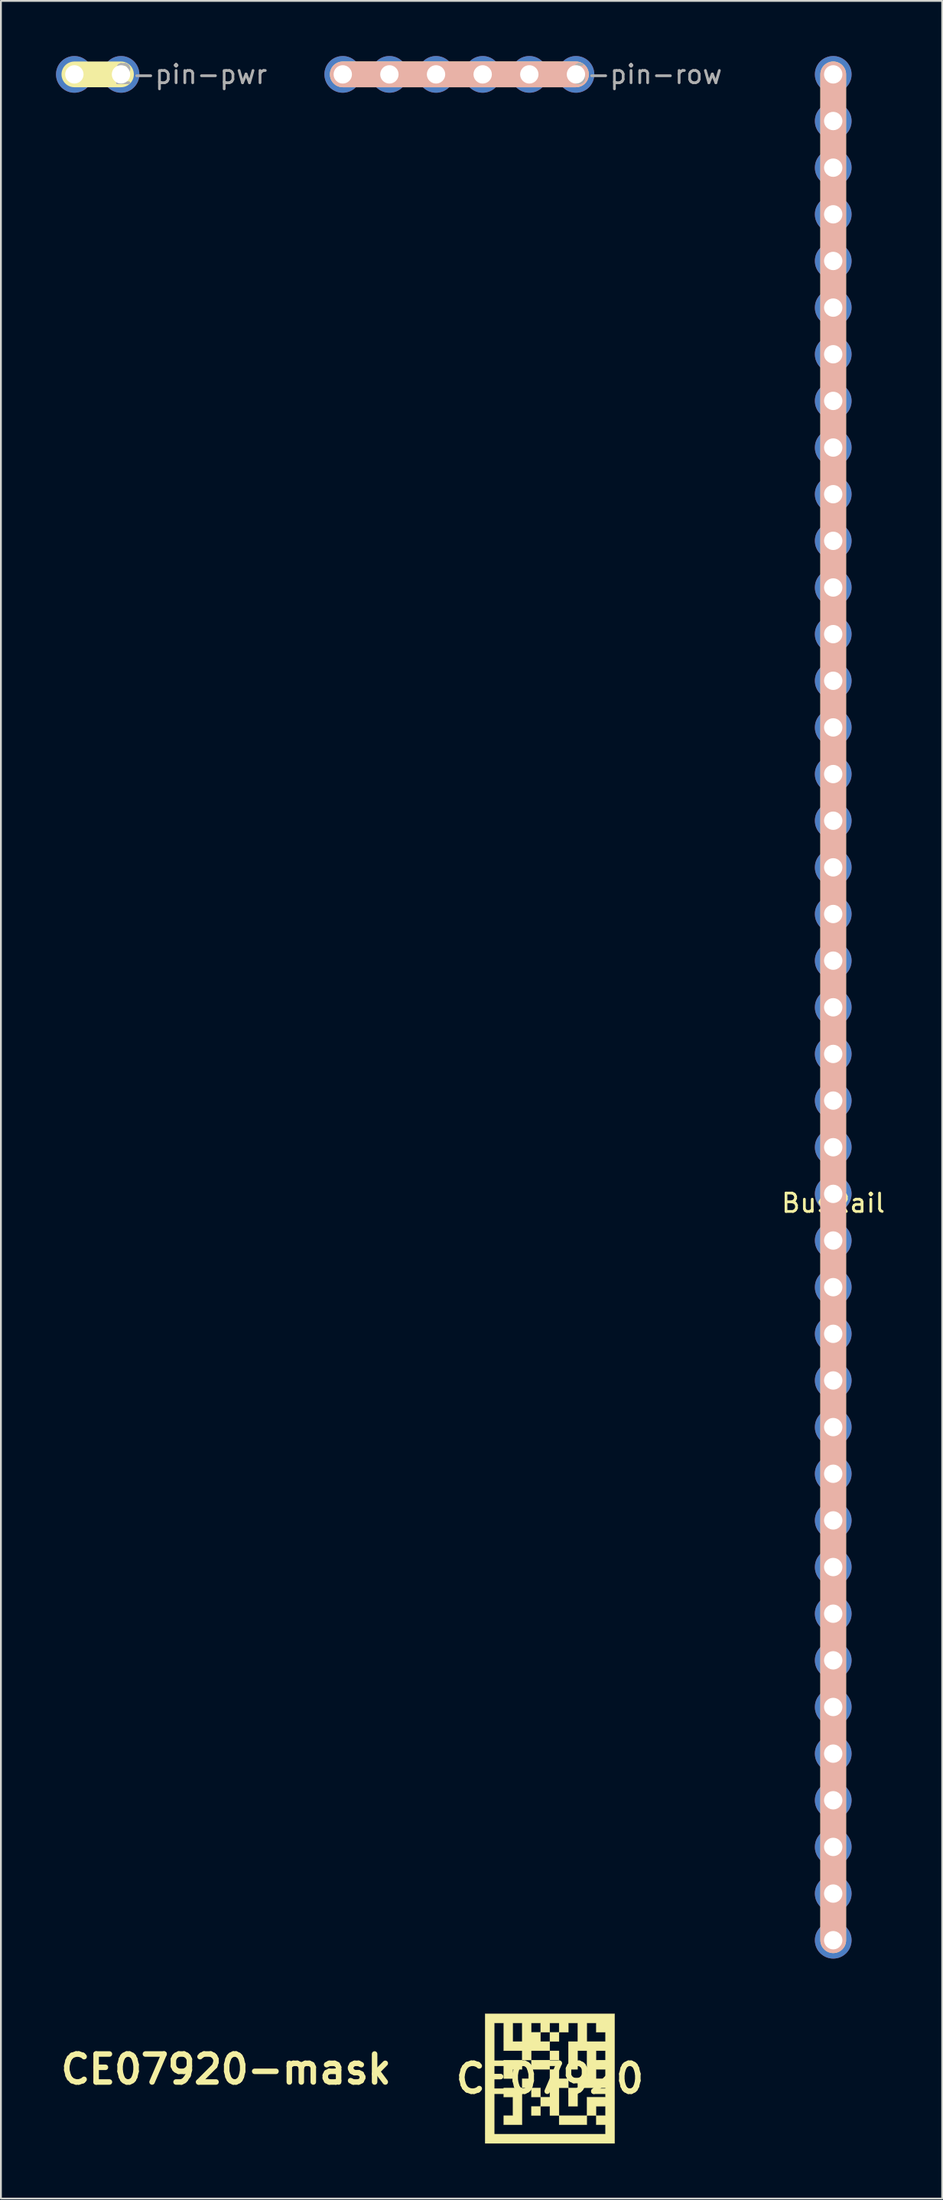
<source format=kicad_pcb>
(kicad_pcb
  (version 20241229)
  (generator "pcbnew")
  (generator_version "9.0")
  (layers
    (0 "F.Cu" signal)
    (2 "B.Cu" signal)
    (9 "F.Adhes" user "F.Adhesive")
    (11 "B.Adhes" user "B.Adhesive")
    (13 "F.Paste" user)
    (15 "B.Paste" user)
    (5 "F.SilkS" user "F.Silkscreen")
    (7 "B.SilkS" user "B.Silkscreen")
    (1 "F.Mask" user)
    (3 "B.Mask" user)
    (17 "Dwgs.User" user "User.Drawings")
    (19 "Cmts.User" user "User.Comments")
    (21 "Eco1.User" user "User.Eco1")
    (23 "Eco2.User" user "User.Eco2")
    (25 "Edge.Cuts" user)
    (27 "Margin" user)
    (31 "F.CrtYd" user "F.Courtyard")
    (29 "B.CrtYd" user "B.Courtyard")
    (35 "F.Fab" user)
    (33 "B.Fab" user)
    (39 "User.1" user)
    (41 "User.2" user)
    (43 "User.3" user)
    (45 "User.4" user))
  (footprint "CE07920-mask"
    (layer "F.Cu")
    (at 9.26 109.63)
    (property "Reference" "CE07920-mask" (at 0 0 0) (layer "F.SilkS") (effects (font (size 1.524 1.524) (thickness 0.3))))
    (attr through_hole)
    (fp_poly (pts (xy -1.51 -2.014) (xy -2.018 -2.014) (xy -2.018 -3.025) (xy -1.51 -3.025) (xy -1.51 -2.014)) (stroke (width 0.01) (type solid)) (fill yes) (layer "F.Mask"))
    (fp_poly (pts (xy 3.025 -1.007) (xy 2.517 -1.007) (xy 2.517 -1.515) (xy 3.025 -1.515) (xy 3.025 -1.007)) (stroke (width 0.01) (type solid)) (fill yes) (layer "F.Mask"))
    (fp_poly (pts (xy 3.025 0.005) (xy 2.517 0.005) (xy 2.517 -0.503) (xy 3.025 -0.503) (xy 3.025 0.005)) (stroke (width 0.01) (type solid)) (fill yes) (layer "F.Mask"))
    (fp_poly (pts (xy 2.522 -2.522) (xy 3.025 -2.522) (xy 3.025 -2.014) (xy 2.014 -2.014) (xy 2.014 -3.025) (xy 2.522 -3.025) (xy 2.522 -2.522)) (stroke (width 0.01) (type solid)) (fill yes) (layer "F.Mask"))
    (fp_poly (pts (xy -2.517 -1.515) (xy -1.51 -1.515) (xy -1.51 -1.007) (xy -1.011 -1.007) (xy -1.007 -1.007) (xy -1.007 -0.503) (xy -0.005 -0.503) (xy -0.005 -1.007) (xy -1.007 -1.007) (xy -1.011 -1.007) (xy -1.011 -1.51) (xy 0 -1.51) (xy 0 -1.007) (xy 0.499 -1.007) (xy 0.499 -1.51) (xy 0 -1.51) (xy -1.011 -1.51) (xy -1.011 -1.515) (xy -0.005 -1.515) (xy -0.005 -2.014) (xy -0.508 -2.014) (xy -0.508 -2.517) (xy 0 -2.517) (xy 0 -2.018) (xy 0.499 -2.018) (xy 0.499 -2.517) (xy 0 -2.517) (xy -0.508 -2.517) (xy -1.011 -2.517) (xy -1.011 -3.025) (xy -0.503 -3.025) (xy -0.503 -2.522) (xy -0.005 -2.522) (xy -0.005 -3.025) (xy 0.503 -3.025) (xy 0.503 -2.522) (xy 1.007 -2.522) (xy 1.007 -3.025) (xy 1.515 -3.025) (xy 1.515 -2.014) (xy 1.007 -2.014) (xy 1.007 -0.503) (xy 1.51 -0.503) (xy 1.51 -1.515) (xy 2.018 -1.515) (xy 2.018 0.005) (xy 1.515 0.005) (xy 1.515 0.503) (xy 3.025 0.503) (xy 3.025 1.011) (xy 2.018 1.011) (xy 2.018 2.014) (xy 2.517 2.014) (xy 2.517 1.51) (xy 3.025 1.51) (xy 3.025 2.018) (xy 2.522 2.018) (xy 2.522 2.517) (xy 3.025 2.517) (xy 3.025 3.025) (xy -3.025 3.025) (xy -3.025 0.508) (xy -2.517 0.508) (xy -2.517 1.007) (xy -2.014 1.007) (xy -2.014 2.018) (xy -2.517 2.018) (xy -2.517 2.517) (xy -1.515 2.517) (xy -1.515 2.018) (xy 0.503 2.018) (xy 0.503 2.517) (xy 2.014 2.517) (xy 2.014 2.018) (xy 0.503 2.018) (xy -1.515 2.018) (xy -1.515 1.515) (xy -1.007 1.515) (xy -1.007 2.014) (xy -0.508 2.014) (xy -0.508 1.515) (xy -1.007 1.515) (xy -1.515 1.515) (xy -1.515 1.011) (xy -0.503 1.011) (xy -0.503 1.51) (xy 0 1.51) (xy 0 2.014) (xy 0.499 2.014) (xy 0.499 0.508) (xy 1.007 0.508) (xy 1.007 1.51) (xy 1.51 1.51) (xy 1.51 0.508) (xy 1.007 0.508) (xy 0.499 0.508) (xy 0.499 0.503) (xy 1.007 0.503) (xy 1.007 0.005) (xy 0.499 0.005) (xy 0.499 -0.499) (xy 0 -0.499) (xy 0 1.011) (xy -0.503 1.011) (xy -1.515 1.011) (xy -1.515 0.508) (xy -1.007 0.508) (xy -1.007 1.007) (xy -0.508 1.007) (xy -0.508 0.508) (xy -1.007 0.508) (xy -1.515 0.508) (xy -2.517 0.508) (xy -3.025 0.508) (xy -3.025 0.005) (xy -1.51 0.005) (xy -1.51 0.503) (xy -1.011 0.503) (xy -1.011 0.005) (xy -1.51 0.005) (xy -3.025 0.005) (xy -3.025 -1.007) (xy -2.517 -1.007) (xy -2.517 0) (xy -2.018 0) (xy -2.018 -0.503) (xy -1.515 -0.503) (xy -1.515 -1.007) (xy -2.517 -1.007) (xy -3.025 -1.007) (xy -3.025 -3.025) (xy -2.517 -3.025) (xy -2.517 -1.515)) (stroke (width 0.01) (type solid)) (fill yes) (layer "F.Mask")))
  (footprint "CE07920"
    (layer "F.Cu")
    (at 26.898 110.134)
    (property "Reference" "CE07920" (at 0 0 0) (layer "F.SilkS") (effects (font (size 1.524 1.524) (thickness 0.3))))
    (attr through_hole)
    (fp_poly (pts (xy -1.011 0.503) (xy -1.51 0.503) (xy -1.51 0.005) (xy -1.011 0.005) (xy -1.011 0.503)) (stroke (width 0.01) (type solid)) (fill yes) (layer "F.SilkS"))
    (fp_poly (pts (xy -0.508 1.007) (xy -1.007 1.007) (xy -1.007 0.508) (xy -0.508 0.508) (xy -0.508 1.007)) (stroke (width 0.01) (type solid)) (fill yes) (layer "F.SilkS"))
    (fp_poly (pts (xy -0.508 2.014) (xy -1.007 2.014) (xy -1.007 1.515) (xy -0.508 1.515) (xy -0.508 2.014)) (stroke (width 0.01) (type solid)) (fill yes) (layer "F.SilkS"))
    (fp_poly (pts (xy -0.005 -0.503) (xy -1.007 -0.503) (xy -1.007 -1.007) (xy -0.005 -1.007) (xy -0.005 -0.503)) (stroke (width 0.01) (type solid)) (fill yes) (layer "F.SilkS"))
    (fp_poly (pts (xy 0.499 -2.018) (xy 0 -2.018) (xy 0 -2.517) (xy 0.499 -2.517) (xy 0.499 -2.018)) (stroke (width 0.01) (type solid)) (fill yes) (layer "F.SilkS"))
    (fp_poly (pts (xy 0.499 -1.007) (xy 0 -1.007) (xy 0 -1.51) (xy 0.499 -1.51) (xy 0.499 -1.007)) (stroke (width 0.01) (type solid)) (fill yes) (layer "F.SilkS"))
    (fp_poly (pts (xy 1.51 1.51) (xy 1.007 1.51) (xy 1.007 0.508) (xy 1.51 0.508) (xy 1.51 1.51)) (stroke (width 0.01) (type solid)) (fill yes) (layer "F.SilkS"))
    (fp_poly (pts (xy 2.014 2.517) (xy 0.503 2.517) (xy 0.503 2.018) (xy 2.014 2.018) (xy 2.014 2.517)) (stroke (width 0.01) (type solid)) (fill yes) (layer "F.SilkS"))
    (fp_poly (pts (xy -1.515 -0.503) (xy -2.018 -0.503) (xy -2.018 0) (xy -2.517 0) (xy -2.517 -1.007) (xy -1.515 -1.007) (xy -1.515 -0.503)) (stroke (width 0.01) (type solid)) (fill yes) (layer "F.SilkS"))
    (fp_poly (pts (xy -1.515 2.517) (xy -2.517 2.517) (xy -2.517 2.018) (xy -2.014 2.018) (xy -2.014 1.007) (xy -2.517 1.007) (xy -2.517 0.508) (xy -1.515 0.508) (xy -1.515 2.517)) (stroke (width 0.01) (type solid)) (fill yes) (layer "F.SilkS"))
    (fp_poly (pts (xy 0.499 0.005) (xy 1.007 0.005) (xy 1.007 0.503) (xy 0.499 0.503) (xy 0.499 2.014) (xy 0 2.014) (xy 0 1.51) (xy -0.503 1.51) (xy -0.503 1.011) (xy 0 1.011) (xy 0 -0.499) (xy 0.499 -0.499) (xy 0.499 0.005)) (stroke (width 0.01) (type solid)) (fill yes) (layer "F.SilkS"))
    (fp_poly (pts (xy 3.529 3.529) (xy -3.529 3.529) (xy -3.529 -3.025) (xy -3.025 -3.025) (xy -3.025 3.025) (xy 3.025 3.025) (xy 3.025 2.517) (xy 2.522 2.517) (xy 2.522 2.018) (xy 3.025 2.018) (xy 3.025 1.51) (xy 2.517 1.51) (xy 2.517 2.014) (xy 2.018 2.014) (xy 2.018 1.011) (xy 3.025 1.011) (xy 3.025 0.503) (xy 1.515 0.503) (xy 1.515 0.005) (xy 2.018 0.005) (xy 2.018 -0.503) (xy 2.517 -0.503) (xy 2.517 0.005) (xy 3.025 0.005) (xy 3.025 -0.503) (xy 2.517 -0.503) (xy 2.018 -0.503) (xy 2.018 -1.515) (xy 2.517 -1.515) (xy 2.517 -1.007) (xy 3.025 -1.007) (xy 3.025 -1.515) (xy 2.517 -1.515) (xy 2.018 -1.515) (xy 1.51 -1.515) (xy 1.51 -0.503) (xy 1.007 -0.503) (xy 1.007 -2.014) (xy 1.515 -2.014) (xy 1.515 -3.025) (xy 2.014 -3.025) (xy 2.014 -2.014) (xy 3.025 -2.014) (xy 3.025 -2.522) (xy 2.522 -2.522) (xy 2.522 -3.025) (xy 2.014 -3.025) (xy 1.515 -3.025) (xy 1.007 -3.025) (xy 1.007 -2.522) (xy 0.503 -2.522) (xy 0.503 -3.025) (xy -0.005 -3.025) (xy -0.005 -2.522) (xy -0.503 -2.522) (xy -0.503 -3.025) (xy -1.011 -3.025) (xy -1.011 -2.517) (xy -0.508 -2.517) (xy -0.508 -2.014) (xy -0.005 -2.014) (xy -0.005 -1.515) (xy -1.011 -1.515) (xy -1.011 -1.007) (xy -1.51 -1.007) (xy -1.51 -1.515) (xy -2.517 -1.515) (xy -2.517 -3.025) (xy -2.018 -3.025) (xy -2.018 -2.014) (xy -1.51 -2.014) (xy -1.51 -3.025) (xy -2.018 -3.025) (xy -2.517 -3.025) (xy -3.025 -3.025) (xy -3.529 -3.025) (xy -3.529 -3.529) (xy 3.529 -3.529) (xy 3.529 3.529)) (stroke (width 0.01) (type solid)) (fill yes) (layer "F.SilkS")))
  (footprint "6-pin-row"
    (layer "F.Cu")
    (at 28.318 1)
    (property "Reference" "6-pin-row" (at 3.81 0 0) (layer "F.Fab") (effects (font (size 1 1) (thickness 0.15))))
    (attr through_hole)
    (fp_line (start -12.7 0) (end 0 0) (stroke (width 1.4) (type solid)) (layer "F.SilkS"))
    (fp_line (start -12.7 0) (end 0 0) (stroke (width 1.4) (type solid)) (layer "B.SilkS"))
    (pad "1" thru_hole circle (at -12.7 0) (size 2 2) (drill 1) (layers "*.Cu" "*.Mask"))
    (pad "1" thru_hole circle (at -10.16 0) (size 2 2) (drill 1) (layers "*.Cu" "*.Mask"))
    (pad "1" thru_hole circle (at -7.62 0) (size 2 2) (drill 1) (layers "*.Cu" "*.Mask"))
    (pad "1" smd rect (at -6.35 0) (size 12.7 1) (layers "B.Cu"))
    (pad "1" thru_hole circle (at -5.08 0) (size 2 2) (drill 1) (layers "*.Cu" "*.Mask"))
    (pad "1" thru_hole circle (at -2.54 0) (size 2 2) (drill 1) (layers "*.Cu" "*.Mask"))
    (pad "1" thru_hole circle (at 0 0) (size 2 2) (drill 1) (layers "*.Cu" "*.Mask")))
  (footprint "BusRail"
    (layer "F.Cu")
    (at 42.33 61.96)
    (property "Reference" "BusRail" (at 0 0.5 0) (layer "F.SilkS") (effects (font (size 1 1) (thickness 0.15))))
    (attr through_hole)
    (fp_line (start 0 -60.96) (end 0 40.64) (stroke (width 1.4) (type solid)) (layer "F.SilkS"))
    (fp_line (start 0 -60.96) (end 0 40.64) (stroke (width 1.4) (type solid)) (layer "B.SilkS"))
    (pad "1" thru_hole circle (at 0 -60.96) (size 2 2) (drill 1) (layers "*.Cu" "*.Mask"))
    (pad "1" thru_hole circle (at 0 -58.42) (size 2 2) (drill 1) (layers "*.Cu" "*.Mask"))
    (pad "1" thru_hole circle (at 0 -55.88) (size 2 2) (drill 1) (layers "*.Cu" "*.Mask"))
    (pad "1" thru_hole circle (at 0 -53.34) (size 2 2) (drill 1) (layers "*.Cu" "*.Mask"))
    (pad "1" thru_hole circle (at 0 -50.8) (size 2 2) (drill 1) (layers "*.Cu" "*.Mask"))
    (pad "1" thru_hole circle (at 0 -48.26) (size 2 2) (drill 1) (layers "*.Cu" "*.Mask"))
    (pad "1" thru_hole circle (at 0 -45.72) (size 2 2) (drill 1) (layers "*.Cu" "*.Mask"))
    (pad "1" thru_hole circle (at 0 -43.18) (size 2 2) (drill 1) (layers "*.Cu" "*.Mask"))
    (pad "1" thru_hole circle (at 0 -40.64) (size 2 2) (drill 1) (layers "*.Cu" "*.Mask"))
    (pad "1" thru_hole circle (at 0 -38.1) (size 2 2) (drill 1) (layers "*.Cu" "*.Mask"))
    (pad "1" thru_hole circle (at 0 -35.56) (size 2 2) (drill 1) (layers "*.Cu" "*.Mask"))
    (pad "1" thru_hole circle (at 0 -33.02) (size 2 2) (drill 1) (layers "*.Cu" "*.Mask"))
    (pad "1" thru_hole circle (at 0 -30.48) (size 2 2) (drill 1) (layers "*.Cu" "*.Mask"))
    (pad "1" thru_hole circle (at 0 -27.94) (size 2 2) (drill 1) (layers "*.Cu" "*.Mask"))
    (pad "1" thru_hole circle (at 0 -25.4) (size 2 2) (drill 1) (layers "*.Cu" "*.Mask"))
    (pad "1" thru_hole circle (at 0 -22.86) (size 2 2) (drill 1) (layers "*.Cu" "*.Mask"))
    (pad "1" thru_hole circle (at 0 -20.32) (size 2 2) (drill 1) (layers "*.Cu" "*.Mask"))
    (pad "1" thru_hole circle (at 0 -17.78) (size 2 2) (drill 1) (layers "*.Cu" "*.Mask"))
    (pad "1" thru_hole circle (at 0 -15.24) (size 2 2) (drill 1) (layers "*.Cu" "*.Mask"))
    (pad "1" thru_hole circle (at 0 -12.7) (size 2 2) (drill 1) (layers "*.Cu" "*.Mask"))
    (pad "1" thru_hole circle (at 0 -10.16) (size 2 2) (drill 1) (layers "*.Cu" "*.Mask"))
    (pad "1" thru_hole circle (at 0 -7.62) (size 2 2) (drill 1) (layers "*.Cu" "*.Mask"))
    (pad "1" thru_hole circle (at 0 -5.08) (size 2 2) (drill 1) (layers "*.Cu" "*.Mask"))
    (pad "1" thru_hole circle (at 0 -2.54) (size 2 2) (drill 1) (layers "*.Cu" "*.Mask"))
    (pad "1" thru_hole circle (at 0 0) (size 2 2) (drill 1) (layers "*.Cu" "*.Mask"))
    (pad "1" thru_hole circle (at 0 2.54) (size 2 2) (drill 1) (layers "*.Cu" "*.Mask"))
    (pad "1" thru_hole circle (at 0 5.08) (size 2 2) (drill 1) (layers "*.Cu" "*.Mask"))
    (pad "1" thru_hole circle (at 0 7.62) (size 2 2) (drill 1) (layers "*.Cu" "*.Mask"))
    (pad "1" thru_hole circle (at 0 10.16) (size 2 2) (drill 1) (layers "*.Cu" "*.Mask"))
    (pad "1" thru_hole circle (at 0 12.7) (size 2 2) (drill 1) (layers "*.Cu" "*.Mask"))
    (pad "1" thru_hole circle (at 0 15.24) (size 2 2) (drill 1) (layers "*.Cu" "*.Mask"))
    (pad "1" thru_hole circle (at 0 17.78) (size 2 2) (drill 1) (layers "*.Cu" "*.Mask"))
    (pad "1" thru_hole circle (at 0 20.32) (size 2 2) (drill 1) (layers "*.Cu" "*.Mask"))
    (pad "1" thru_hole circle (at 0 22.86) (size 2 2) (drill 1) (layers "*.Cu" "*.Mask"))
    (pad "1" thru_hole circle (at 0 25.4) (size 2 2) (drill 1) (layers "*.Cu" "*.Mask"))
    (pad "1" thru_hole circle (at 0 27.94) (size 2 2) (drill 1) (layers "*.Cu" "*.Mask"))
    (pad "1" thru_hole circle (at 0 30.48) (size 2 2) (drill 1) (layers "*.Cu" "*.Mask"))
    (pad "1" thru_hole circle (at 0 33.02) (size 2 2) (drill 1) (layers "*.Cu" "*.Mask"))
    (pad "1" thru_hole circle (at 0 35.56) (size 2 2) (drill 1) (layers "*.Cu" "*.Mask"))
    (pad "1" thru_hole circle (at 0 38.1) (size 2 2) (drill 1) (layers "*.Cu" "*.Mask"))
    (pad "1" thru_hole circle (at 0 40.64) (size 2 2) (drill 1) (layers "*.Cu" "*.Mask"))
    (pad "2" smd rect (at 0 -10.16) (size 1 101.6) (layers "B.Cu")))
  (footprint "2-pin-pwr"
    (layer "F.Cu")
    (at 3.54 1)
    (property "Reference" "2-pin-pwr" (at 3.81 0 0) (layer "F.Fab") (effects (font (size 1 1) (thickness 0.15))))
    (attr through_hole)
    (fp_line (start -2.54 0) (end 0 0) (stroke (width 1.4) (type solid)) (layer "F.SilkS"))
    (pad "1" thru_hole circle (at -2.54 0) (size 2 2) (drill 1) (layers "*.Cu" "*.Mask"))
    (pad "1" smd rect (at -1.27 0) (size 2.54 1) (layers "B.Cu"))
    (pad "1" thru_hole circle (at 0 0) (size 2 2) (drill 1) (layers "*.Cu" "*.Mask")))
  (gr_rect
    (start -3 -3)
    (end 48.265 116.668)
    (stroke (width 0.1) (type default))
    (fill no)
    (layer "Edge.Cuts")))
</source>
